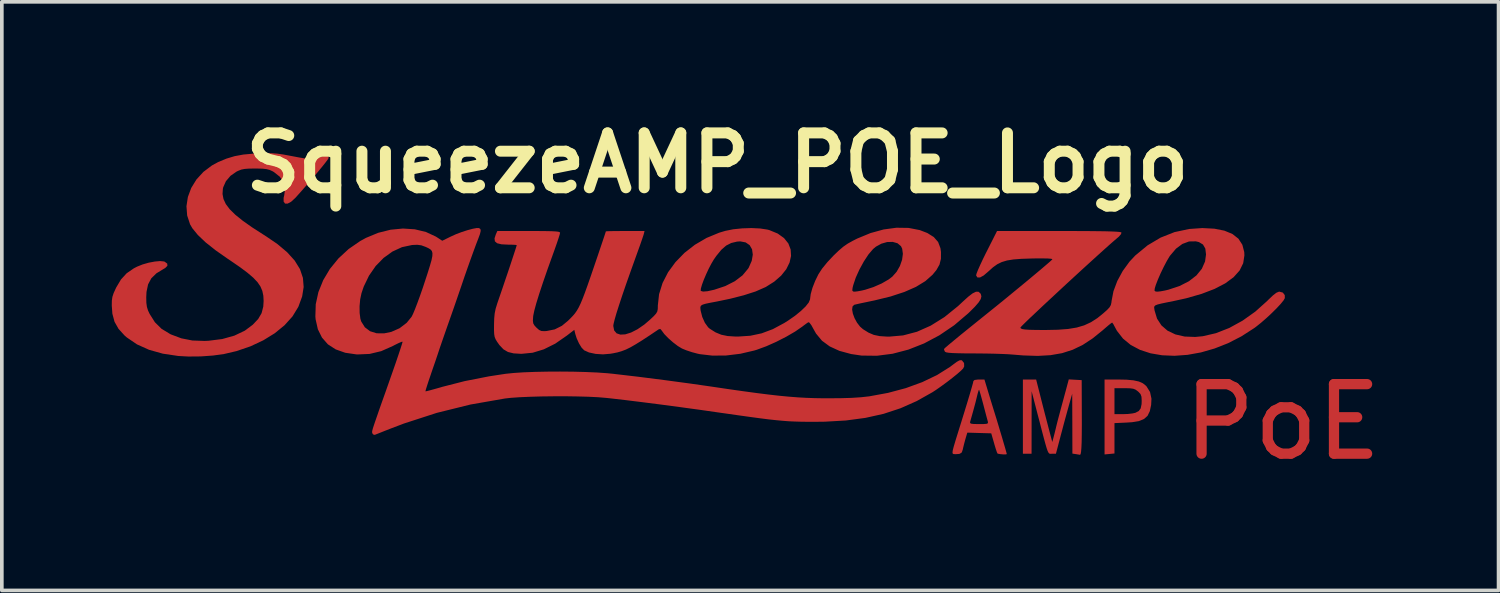
<source format=kicad_pcb>
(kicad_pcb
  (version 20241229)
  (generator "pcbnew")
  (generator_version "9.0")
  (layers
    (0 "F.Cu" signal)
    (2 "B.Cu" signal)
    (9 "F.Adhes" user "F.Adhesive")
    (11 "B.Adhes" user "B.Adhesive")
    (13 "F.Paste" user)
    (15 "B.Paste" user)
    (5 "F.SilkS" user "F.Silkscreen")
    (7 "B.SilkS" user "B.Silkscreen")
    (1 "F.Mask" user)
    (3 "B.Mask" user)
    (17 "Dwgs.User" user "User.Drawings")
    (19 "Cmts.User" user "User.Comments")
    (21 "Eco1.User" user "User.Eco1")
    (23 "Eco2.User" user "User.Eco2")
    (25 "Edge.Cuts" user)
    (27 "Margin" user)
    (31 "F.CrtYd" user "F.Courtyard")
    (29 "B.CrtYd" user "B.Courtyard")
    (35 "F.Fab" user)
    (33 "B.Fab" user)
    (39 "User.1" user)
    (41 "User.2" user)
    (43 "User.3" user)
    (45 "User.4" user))
  (footprint "SqueezeAMP_POE_Logo"
    (layer "F.Cu")
    (at 16.586 4.684)
    (property "Reference" "SqueezeAMP_POE_Logo" (at -0.03 -3.28 0) (layer "F.SilkS") (effects (font (size 1.5 1.5) (thickness 0.3))))
    (attr board_only exclude_from_pos_files exclude_from_bom)
    (fp_poly (pts (xy 11.154 2.643) (xy 11.345 2.661) (xy 11.49 2.693) (xy 11.6 2.742) (xy 11.685 2.81) (xy 11.699 2.826) (xy 11.795 2.98) (xy 11.834 3.162) (xy 11.825 3.335) (xy 11.789 3.503) (xy 11.728 3.629) (xy 11.632 3.716) (xy 11.494 3.773) (xy 11.304 3.805) (xy 11.153 3.815) (xy 10.823 3.83) (xy 10.823 4.245) (xy 10.823 4.66) (xy 10.688 4.673) (xy 10.552 4.686) (xy 10.552 3.662) (xy 10.552 3.23) (xy 10.823 3.23) (xy 10.823 3.585) (xy 11.055 3.585) (xy 11.191 3.58) (xy 11.317 3.565) (xy 11.394 3.548) (xy 11.486 3.5) (xy 11.54 3.426) (xy 11.564 3.31) (xy 11.567 3.218) (xy 11.561 3.109) (xy 11.535 3.037) (xy 11.478 2.975) (xy 11.463 2.962) (xy 11.402 2.917) (xy 11.339 2.891) (xy 11.253 2.879) (xy 11.124 2.875) (xy 11.091 2.875) (xy 10.823 2.875) (xy 10.823 3.23) (xy 10.552 3.23) (xy 10.552 2.638) (xy 10.906 2.638)) (stroke (width 0) (type solid)) (fill yes) (layer "F.Cu"))
    (fp_poly (pts (xy 9.751 2.645) (xy 9.927 2.655) (xy 9.93 3.534) (xy 9.931 3.867) (xy 9.929 4.137) (xy 9.926 4.349) (xy 9.919 4.506) (xy 9.91 4.613) (xy 9.898 4.675) (xy 9.883 4.696) (xy 9.881 4.696) (xy 9.834 4.688) (xy 9.766 4.677) (xy 9.673 4.663) (xy 9.671 3.845) (xy 9.668 3.027) (xy 9.586 3.315) (xy 9.548 3.452) (xy 9.498 3.634) (xy 9.441 3.842) (xy 9.385 4.054) (xy 9.363 4.135) (xy 9.223 4.667) (xy 9.117 4.667) (xy 9.085 4.669) (xy 9.06 4.668) (xy 9.038 4.659) (xy 9.018 4.635) (xy 8.995 4.588) (xy 8.969 4.513) (xy 8.937 4.403) (xy 8.895 4.25) (xy 8.842 4.049) (xy 8.776 3.792) (xy 8.739 3.653) (xy 8.559 2.959) (xy 8.558 3.813) (xy 8.557 4.667) (xy 8.438 4.667) (xy 8.32 4.667) (xy 8.32 3.653) (xy 8.32 2.638) (xy 8.501 2.638) (xy 8.682 2.638) (xy 8.809 3.137) (xy 8.863 3.35) (xy 8.921 3.576) (xy 8.977 3.79) (xy 9.023 3.968) (xy 9.029 3.991) (xy 9.123 4.346) (xy 9.16 4.211) (xy 9.193 4.082) (xy 9.225 3.95) (xy 9.227 3.94) (xy 9.248 3.854) (xy 9.282 3.721) (xy 9.325 3.56) (xy 9.368 3.399) (xy 9.416 3.223) (xy 9.462 3.051) (xy 9.502 2.905) (xy 9.526 2.814) (xy 9.574 2.635)) (stroke (width 0) (type solid)) (fill yes) (layer "F.Cu"))
    (fp_poly (pts (xy 7.374 2.985) (xy 7.428 3.164) (xy 7.486 3.353) (xy 7.538 3.521) (xy 7.558 3.585) (xy 7.598 3.714) (xy 7.645 3.87) (xy 7.696 4.041) (xy 7.748 4.213) (xy 7.795 4.375) (xy 7.836 4.514) (xy 7.865 4.617) (xy 7.879 4.672) (xy 7.88 4.677) (xy 7.852 4.685) (xy 7.784 4.685) (xy 7.705 4.678) (xy 7.642 4.667) (xy 7.625 4.66) (xy 7.608 4.621) (xy 7.579 4.535) (xy 7.543 4.416) (xy 7.532 4.376) (xy 7.455 4.109) (xy 7.128 4.1) (xy 6.801 4.09) (xy 6.75 4.263) (xy 6.716 4.387) (xy 6.687 4.505) (xy 6.678 4.548) (xy 6.65 4.631) (xy 6.597 4.667) (xy 6.567 4.673) (xy 6.477 4.679) (xy 6.422 4.675) (xy 6.402 4.663) (xy 6.396 4.631) (xy 6.404 4.57) (xy 6.43 4.47) (xy 6.474 4.321) (xy 6.511 4.201) (xy 6.626 3.832) (xy 6.628 3.826) (xy 6.877 3.826) (xy 6.901 3.844) (xy 6.965 3.853) (xy 7.08 3.856) (xy 7.121 3.856) (xy 7.252 3.855) (xy 7.328 3.849) (xy 7.361 3.835) (xy 7.366 3.808) (xy 7.36 3.78) (xy 7.343 3.717) (xy 7.313 3.606) (xy 7.275 3.462) (xy 7.237 3.317) (xy 7.196 3.165) (xy 7.161 3.039) (xy 7.135 2.952) (xy 7.123 2.917) (xy 7.109 2.94) (xy 7.087 3.012) (xy 7.069 3.084) (xy 7.025 3.265) (xy 6.96 3.505) (xy 6.878 3.796) (xy 6.877 3.826) (xy 6.628 3.826) (xy 6.726 3.509) (xy 6.81 3.234) (xy 6.877 3.01) (xy 6.926 2.841) (xy 6.957 2.73) (xy 6.967 2.68) (xy 6.967 2.68) (xy 6.999 2.651) (xy 7.091 2.639) (xy 7.118 2.638) (xy 7.269 2.638)) (stroke (width 0) (type solid)) (fill yes) (layer "F.Cu"))
    (fp_poly (pts (xy -12.209 -3.546) (xy -12.058 -3.535) (xy -11.897 -3.512) (xy -11.698 -3.475) (xy -11.676 -3.471) (xy -11.456 -3.429) (xy -11.289 -3.402) (xy -11.161 -3.389) (xy -11.062 -3.391) (xy -10.977 -3.407) (xy -10.894 -3.436) (xy -10.859 -3.451) (xy -10.744 -3.491) (xy -10.676 -3.484) (xy -10.655 -3.432) (xy -10.659 -3.406) (xy -10.684 -3.366) (xy -10.747 -3.283) (xy -10.84 -3.167) (xy -10.956 -3.026) (xy -11.088 -2.87) (xy -11.229 -2.705) (xy -11.371 -2.542) (xy -11.508 -2.388) (xy -11.563 -2.327) (xy -11.678 -2.221) (xy -11.775 -2.169) (xy -11.845 -2.17) (xy -11.884 -2.223) (xy -11.885 -2.325) (xy -11.867 -2.402) (xy -11.845 -2.583) (xy -11.887 -2.753) (xy -11.99 -2.905) (xy -12.15 -3.032) (xy -12.188 -3.054) (xy -12.267 -3.09) (xy -12.352 -3.112) (xy -12.462 -3.124) (xy -12.615 -3.128) (xy -12.666 -3.128) (xy -12.832 -3.126) (xy -12.95 -3.117) (xy -13.041 -3.099) (xy -13.125 -3.066) (xy -13.171 -3.044) (xy -13.335 -2.93) (xy -13.462 -2.781) (xy -13.536 -2.614) (xy -13.545 -2.573) (xy -13.554 -2.431) (xy -13.528 -2.294) (xy -13.464 -2.157) (xy -13.358 -2.016) (xy -13.206 -1.866) (xy -13.004 -1.703) (xy -12.748 -1.522) (xy -12.434 -1.32) (xy -12.403 -1.301) (xy -12.063 -1.071) (xy -11.79 -0.842) (xy -11.582 -0.612) (xy -11.438 -0.379) (xy -11.357 -0.139) (xy -11.337 0.109) (xy -11.378 0.368) (xy -11.478 0.641) (xy -11.487 0.66) (xy -11.643 0.915) (xy -11.859 1.155) (xy -12.127 1.374) (xy -12.44 1.567) (xy -12.792 1.732) (xy -13.174 1.862) (xy -13.512 1.941) (xy -13.813 1.983) (xy -14.149 2.007) (xy -14.488 2.01) (xy -14.763 1.995) (xy -15.186 1.932) (xy -15.563 1.826) (xy -15.892 1.678) (xy -16.17 1.489) (xy -16.233 1.434) (xy -16.397 1.253) (xy -16.506 1.06) (xy -16.565 0.84) (xy -16.581 0.618) (xy -16.579 0.484) (xy -16.564 0.378) (xy -16.529 0.273) (xy -16.468 0.14) (xy -16.459 0.121) (xy -16.329 -0.097) (xy -16.175 -0.265) (xy -15.979 -0.4) (xy -15.888 -0.447) (xy -15.738 -0.507) (xy -15.571 -0.555) (xy -15.406 -0.586) (xy -15.261 -0.599) (xy -15.154 -0.588) (xy -15.135 -0.581) (xy -15.065 -0.529) (xy -15.061 -0.469) (xy -15.122 -0.408) (xy -15.161 -0.386) (xy -15.361 -0.264) (xy -15.501 -0.127) (xy -15.589 0.039) (xy -15.632 0.244) (xy -15.639 0.389) (xy -15.636 0.541) (xy -15.621 0.653) (xy -15.59 0.753) (xy -15.546 0.846) (xy -15.402 1.074) (xy -15.22 1.253) (xy -14.988 1.394) (xy -14.965 1.406) (xy -14.679 1.513) (xy -14.378 1.572) (xy -14.044 1.584) (xy -13.936 1.579) (xy -13.562 1.532) (xy -13.23 1.439) (xy -12.945 1.303) (xy -12.728 1.141) (xy -12.579 0.983) (xy -12.487 0.825) (xy -12.441 0.648) (xy -12.431 0.49) (xy -12.439 0.347) (xy -12.466 0.219) (xy -12.517 0.098) (xy -12.597 -0.02) (xy -12.714 -0.144) (xy -12.871 -0.278) (xy -13.075 -0.431) (xy -13.331 -0.607) (xy -13.425 -0.67) (xy -13.75 -0.898) (xy -14.019 -1.112) (xy -14.229 -1.312) (xy -14.377 -1.493) (xy -14.441 -1.602) (xy -14.521 -1.845) (xy -14.54 -2.098) (xy -14.501 -2.352) (xy -14.409 -2.598) (xy -14.266 -2.83) (xy -14.076 -3.037) (xy -13.844 -3.212) (xy -13.673 -3.305) (xy -13.446 -3.399) (xy -13.224 -3.466) (xy -12.986 -3.51) (xy -12.712 -3.535) (xy -12.581 -3.542) (xy -12.374 -3.548)) (stroke (width 0) (type solid)) (fill yes) (layer "F.Cu"))
    (fp_poly (pts (xy 13.553 -1.484) (xy 13.827 -1.43) (xy 14.047 -1.339) (xy 14.211 -1.21) (xy 14.318 -1.045) (xy 14.37 -0.844) (xy 14.374 -0.754) (xy 14.341 -0.54) (xy 14.243 -0.341) (xy 14.079 -0.158) (xy 13.851 0.01) (xy 13.559 0.162) (xy 13.203 0.298) (xy 12.784 0.418) (xy 12.457 0.49) (xy 12.252 0.531) (xy 12.104 0.562) (xy 12.004 0.587) (xy 11.944 0.61) (xy 11.915 0.636) (xy 11.907 0.669) (xy 11.913 0.713) (xy 11.919 0.751) (xy 11.986 0.974) (xy 12.106 1.159) (xy 12.274 1.304) (xy 12.488 1.406) (xy 12.741 1.464) (xy 13.029 1.475) (xy 13.237 1.455) (xy 13.596 1.372) (xy 13.961 1.229) (xy 14.323 1.03) (xy 14.671 0.783) (xy 14.997 0.491) (xy 15.021 0.466) (xy 15.151 0.342) (xy 15.247 0.267) (xy 15.318 0.238) (xy 15.33 0.237) (xy 15.425 0.263) (xy 15.477 0.332) (xy 15.479 0.414) (xy 15.443 0.477) (xy 15.365 0.573) (xy 15.255 0.691) (xy 15.122 0.823) (xy 14.977 0.958) (xy 14.83 1.086) (xy 14.69 1.198) (xy 14.645 1.231) (xy 14.293 1.458) (xy 13.929 1.645) (xy 13.558 1.791) (xy 13.186 1.898) (xy 12.82 1.964) (xy 12.464 1.99) (xy 12.125 1.976) (xy 11.809 1.922) (xy 11.521 1.828) (xy 11.268 1.694) (xy 11.056 1.52) (xy 10.89 1.307) (xy 10.836 1.208) (xy 10.795 1.13) (xy 10.764 1.086) (xy 10.757 1.083) (xy 10.725 1.104) (xy 10.655 1.16) (xy 10.559 1.242) (xy 10.502 1.292) (xy 10.226 1.515) (xy 9.956 1.692) (xy 9.681 1.825) (xy 9.391 1.918) (xy 9.076 1.973) (xy 8.726 1.993) (xy 8.33 1.98) (xy 8.05 1.957) (xy 7.929 1.948) (xy 7.755 1.94) (xy 7.544 1.933) (xy 7.309 1.928) (xy 7.067 1.926) (xy 6.995 1.925) (xy 6.736 1.924) (xy 6.538 1.92) (xy 6.392 1.915) (xy 6.291 1.907) (xy 6.227 1.896) (xy 6.194 1.881) (xy 6.189 1.876) (xy 6.164 1.822) (xy 6.169 1.799) (xy 6.203 1.765) (xy 6.291 1.69) (xy 6.432 1.573) (xy 6.625 1.414) (xy 6.871 1.215) (xy 7.17 0.974) (xy 7.39 0.797) (xy 7.599 0.629) (xy 7.817 0.452) (xy 8.037 0.271) (xy 8.254 0.093) (xy 8.46 -0.077) (xy 8.649 -0.235) (xy 8.816 -0.375) (xy 8.953 -0.492) (xy 9.055 -0.58) (xy 9.114 -0.634) (xy 9.127 -0.649) (xy 9.099 -0.661) (xy 9.008 -0.669) (xy 8.857 -0.672) (xy 8.65 -0.671) (xy 8.552 -0.669) (xy 8.279 -0.66) (xy 8.061 -0.643) (xy 7.886 -0.615) (xy 7.743 -0.572) (xy 7.618 -0.511) (xy 7.501 -0.427) (xy 7.38 -0.318) (xy 7.377 -0.316) (xy 7.248 -0.205) (xy 7.147 -0.15) (xy 7.078 -0.15) (xy 7.042 -0.206) (xy 7.042 -0.209) (xy 7.053 -0.256) (xy 7.091 -0.353) (xy 7.151 -0.488) (xy 7.228 -0.653) (xy 7.318 -0.836) (xy 7.322 -0.843) (xy 7.614 -1.421) (xy 9.301 -1.421) (xy 9.709 -1.42) (xy 10.053 -1.419) (xy 10.337 -1.416) (xy 10.566 -1.413) (xy 10.743 -1.408) (xy 10.872 -1.402) (xy 10.957 -1.395) (xy 11.003 -1.386) (xy 11.013 -1.38) (xy 11.003 -1.336) (xy 10.942 -1.265) (xy 10.889 -1.22) (xy 10.806 -1.149) (xy 10.686 -1.044) (xy 10.535 -0.909) (xy 10.358 -0.749) (xy 10.161 -0.57) (xy 9.949 -0.377) (xy 9.728 -0.174) (xy 9.504 0.032) (xy 9.282 0.238) (xy 9.068 0.437) (xy 8.867 0.624) (xy 8.686 0.795) (xy 8.528 0.943) (xy 8.401 1.065) (xy 8.31 1.155) (xy 8.26 1.207) (xy 8.252 1.218) (xy 8.263 1.241) (xy 8.301 1.259) (xy 8.374 1.271) (xy 8.489 1.279) (xy 8.655 1.283) (xy 8.879 1.285) (xy 8.94 1.285) (xy 9.275 1.278) (xy 9.555 1.257) (xy 9.791 1.218) (xy 9.995 1.158) (xy 10.179 1.073) (xy 10.354 0.961) (xy 10.516 0.83) (xy 10.623 0.735) (xy 10.689 0.664) (xy 10.724 0.602) (xy 10.74 0.532) (xy 10.744 0.492) (xy 10.795 0.225) (xy 10.801 0.21) (xy 11.917 0.21) (xy 11.948 0.234) (xy 11.999 0.237) (xy 12.084 0.228) (xy 12.203 0.206) (xy 12.295 0.184) (xy 12.601 0.083) (xy 12.858 -0.048) (xy 13.062 -0.206) (xy 13.21 -0.387) (xy 13.299 -0.588) (xy 13.325 -0.78) (xy 13.306 -0.94) (xy 13.242 -1.051) (xy 13.131 -1.118) (xy 13.047 -1.138) (xy 12.861 -1.135) (xy 12.679 -1.067) (xy 12.505 -0.938) (xy 12.346 -0.751) (xy 12.326 -0.723) (xy 12.252 -0.598) (xy 12.168 -0.438) (xy 12.084 -0.264) (xy 12.01 -0.094) (xy 11.953 0.053) (xy 11.925 0.144) (xy 11.917 0.21) (xy 10.801 0.21) (xy 10.9 -0.054) (xy 11.049 -0.329) (xy 11.235 -0.584) (xy 11.391 -0.751) (xy 11.727 -1.028) (xy 12.084 -1.24) (xy 12.463 -1.39) (xy 12.866 -1.476) (xy 13.224 -1.501)) (stroke (width 0) (type solid)) (fill yes) (layer "F.Cu"))
    (fp_poly (pts (xy -6.543 -1.5) (xy -6.506 -1.473) (xy -6.498 -1.424) (xy -6.518 -1.338) (xy -6.565 -1.21) (xy -6.621 -1.066) (xy -6.692 -0.873) (xy -6.774 -0.647) (xy -6.861 -0.402) (xy -6.947 -0.156) (xy -7.017 0.051) (xy -7.066 0.194) (xy -7.131 0.383) (xy -7.206 0.601) (xy -7.286 0.83) (xy -7.357 1.032) (xy -7.431 1.242) (xy -7.501 1.443) (xy -7.563 1.622) (xy -7.612 1.764) (xy -7.643 1.857) (xy -7.644 1.86) (xy -7.678 1.963) (xy -7.728 2.111) (xy -7.788 2.285) (xy -7.851 2.468) (xy -7.861 2.499) (xy -7.917 2.662) (xy -7.962 2.8) (xy -7.994 2.902) (xy -8.008 2.956) (xy -8.008 2.961) (xy -7.974 2.956) (xy -7.887 2.934) (xy -7.759 2.899) (xy -7.602 2.855) (xy -7.542 2.837) (xy -6.936 2.682) (xy -6.268 2.551) (xy -5.817 2.482) (xy -5.601 2.46) (xy -5.331 2.442) (xy -5.02 2.43) (xy -4.681 2.423) (xy -4.328 2.421) (xy -3.973 2.424) (xy -3.63 2.433) (xy -3.312 2.447) (xy -3.033 2.467) (xy -2.892 2.481) (xy -2.189 2.563) (xy -1.475 2.654) (xy -0.777 2.748) (xy -0.225 2.827) (xy 0.254 2.898) (xy 0.675 2.958) (xy 1.045 3.008) (xy 1.371 3.049) (xy 1.662 3.082) (xy 1.925 3.107) (xy 2.168 3.126) (xy 2.399 3.139) (xy 2.626 3.147) (xy 2.856 3.151) (xy 2.959 3.151) (xy 3.328 3.149) (xy 3.638 3.14) (xy 3.896 3.123) (xy 4.111 3.099) (xy 4.116 3.099) (xy 4.632 3.004) (xy 5.119 2.874) (xy 5.569 2.71) (xy 5.974 2.516) (xy 6.326 2.295) (xy 6.403 2.237) (xy 6.512 2.156) (xy 6.584 2.116) (xy 6.633 2.109) (xy 6.657 2.119) (xy 6.712 2.188) (xy 6.716 2.278) (xy 6.688 2.336) (xy 6.628 2.397) (xy 6.525 2.487) (xy 6.392 2.594) (xy 6.243 2.709) (xy 6.09 2.821) (xy 5.946 2.922) (xy 5.851 2.984) (xy 5.419 3.227) (xy 4.975 3.424) (xy 4.51 3.577) (xy 4.015 3.687) (xy 3.484 3.758) (xy 2.906 3.791) (xy 2.655 3.794) (xy 2.451 3.794) (xy 2.268 3.792) (xy 2.098 3.787) (xy 1.932 3.78) (xy 1.761 3.767) (xy 1.578 3.75) (xy 1.373 3.728) (xy 1.137 3.698) (xy 0.863 3.661) (xy 0.54 3.616) (xy 0.162 3.562) (xy 0.068 3.549) (xy -0.496 3.468) (xy -1.05 3.392) (xy -1.584 3.321) (xy -2.086 3.257) (xy -2.547 3.2) (xy -2.955 3.153) (xy -3.078 3.14) (xy -3.293 3.122) (xy -3.558 3.109) (xy -3.858 3.101) (xy -4.181 3.096) (xy -4.513 3.097) (xy -4.841 3.101) (xy -5.153 3.11) (xy -5.434 3.122) (xy -5.673 3.139) (xy -5.834 3.157) (xy -6.778 3.322) (xy -7.699 3.55) (xy -8.599 3.842) (xy -8.946 3.974) (xy -9.102 4.035) (xy -9.237 4.089) (xy -9.338 4.129) (xy -9.391 4.15) (xy -9.394 4.151) (xy -9.439 4.139) (xy -9.457 4.112) (xy -9.462 4.098) (xy -9.466 4.083) (xy -9.466 4.062) (xy -9.46 4.029) (xy -9.446 3.977) (xy -9.422 3.902) (xy -9.387 3.797) (xy -9.338 3.656) (xy -9.275 3.473) (xy -9.194 3.243) (xy -9.093 2.96) (xy -9 2.695) (xy -8.91 2.439) (xy -8.828 2.204) (xy -8.758 1.998) (xy -8.701 1.827) (xy -8.66 1.7) (xy -8.637 1.623) (xy -8.634 1.603) (xy -8.668 1.611) (xy -8.747 1.645) (xy -8.856 1.699) (xy -8.899 1.722) (xy -9.217 1.863) (xy -9.535 1.939) (xy -9.862 1.953) (xy -9.893 1.952) (xy -10.201 1.907) (xy -10.461 1.815) (xy -10.674 1.677) (xy -10.836 1.493) (xy -10.949 1.265) (xy -11.01 0.994) (xy -11.017 0.916) (xy -11.008 0.636) (xy -9.809 0.636) (xy -9.807 0.819) (xy -9.787 0.976) (xy -9.764 1.052) (xy -9.664 1.211) (xy -9.521 1.319) (xy -9.342 1.375) (xy -9.132 1.376) (xy -8.941 1.336) (xy -8.716 1.237) (xy -8.521 1.088) (xy -8.388 0.925) (xy -8.349 0.848) (xy -8.295 0.719) (xy -8.229 0.547) (xy -8.155 0.345) (xy -8.078 0.124) (xy -8.035 -0.007) (xy -7.95 -0.266) (xy -7.887 -0.468) (xy -7.843 -0.621) (xy -7.82 -0.735) (xy -7.817 -0.817) (xy -7.834 -0.875) (xy -7.871 -0.917) (xy -7.927 -0.951) (xy -8.002 -0.986) (xy -8.008 -0.988) (xy -8.12 -1.029) (xy -8.23 -1.044) (xy -8.372 -1.038) (xy -8.378 -1.037) (xy -8.65 -0.979) (xy -8.91 -0.859) (xy -9.152 -0.685) (xy -9.368 -0.464) (xy -9.551 -0.2) (xy -9.695 0.098) (xy -9.756 0.278) (xy -9.792 0.447) (xy -9.809 0.636) (xy -11.008 0.636) (xy -11.007 0.582) (xy -10.934 0.249) (xy -10.803 -0.076) (xy -10.619 -0.385) (xy -10.386 -0.671) (xy -10.108 -0.928) (xy -9.792 -1.146) (xy -9.633 -1.233) (xy -9.3 -1.371) (xy -8.96 -1.456) (xy -8.623 -1.488) (xy -8.298 -1.467) (xy -7.995 -1.394) (xy -7.722 -1.267) (xy -7.677 -1.238) (xy -7.549 -1.154) (xy -7.317 -1.268) (xy -7.174 -1.333) (xy -7.015 -1.393) (xy -6.857 -1.444) (xy -6.714 -1.482) (xy -6.604 -1.502)) (stroke (width 0) (type solid)) (fill yes) (layer "F.Cu"))
    (fp_poly (pts (xy 5.195 -1.505) (xy 5.5 -1.446) (xy 5.708 -1.366) (xy 5.885 -1.255) (xy 6.003 -1.12) (xy 6.067 -0.951) (xy 6.081 -0.846) (xy 6.08 -0.66) (xy 6.041 -0.503) (xy 5.956 -0.353) (xy 5.849 -0.223) (xy 5.653 -0.05) (xy 5.398 0.106) (xy 5.082 0.245) (xy 4.704 0.369) (xy 4.262 0.477) (xy 4.194 0.491) (xy 4.028 0.526) (xy 3.883 0.556) (xy 3.774 0.581) (xy 3.714 0.595) (xy 3.712 0.595) (xy 3.665 0.64) (xy 3.653 0.725) (xy 3.673 0.837) (xy 3.719 0.961) (xy 3.786 1.084) (xy 3.87 1.193) (xy 3.95 1.263) (xy 4.103 1.358) (xy 4.247 1.419) (xy 4.406 1.452) (xy 4.602 1.465) (xy 4.667 1.466) (xy 5.046 1.433) (xy 5.425 1.333) (xy 5.801 1.166) (xy 6.176 0.932) (xy 6.547 0.632) (xy 6.666 0.521) (xy 6.824 0.377) (xy 6.945 0.284) (xy 7.038 0.239) (xy 7.106 0.239) (xy 7.157 0.283) (xy 7.17 0.304) (xy 7.186 0.366) (xy 7.168 0.439) (xy 7.11 0.531) (xy 7.009 0.648) (xy 6.86 0.797) (xy 6.824 0.831) (xy 6.443 1.155) (xy 6.039 1.429) (xy 5.62 1.652) (xy 5.191 1.821) (xy 4.759 1.934) (xy 4.33 1.989) (xy 3.911 1.984) (xy 3.626 1.942) (xy 3.305 1.855) (xy 3.041 1.734) (xy 2.829 1.578) (xy 2.667 1.383) (xy 2.602 1.268) (xy 2.538 1.153) (xy 2.487 1.085) (xy 2.456 1.072) (xy 2.408 1.105) (xy 2.33 1.162) (xy 2.297 1.188) (xy 2.096 1.327) (xy 1.85 1.47) (xy 1.58 1.608) (xy 1.306 1.73) (xy 1.05 1.824) (xy 0.982 1.845) (xy 0.596 1.935) (xy 0.207 1.982) (xy -0.167 1.985) (xy -0.511 1.945) (xy -0.575 1.931) (xy -0.728 1.89) (xy -0.881 1.839) (xy -0.998 1.791) (xy -1.112 1.722) (xy -1.243 1.622) (xy -1.372 1.508) (xy -1.48 1.397) (xy -1.549 1.303) (xy -1.549 1.302) (xy -1.59 1.256) (xy -1.636 1.268) (xy -1.889 1.438) (xy -2.097 1.574) (xy -2.267 1.679) (xy -2.408 1.76) (xy -2.531 1.82) (xy -2.644 1.863) (xy -2.756 1.896) (xy -2.877 1.921) (xy -2.954 1.934) (xy -3.156 1.951) (xy -3.358 1.938) (xy -3.539 1.899) (xy -3.67 1.84) (xy -3.74 1.768) (xy -3.812 1.651) (xy -3.876 1.51) (xy -3.913 1.393) (xy -3.94 1.281) (xy -4.142 1.437) (xy -4.461 1.658) (xy -4.772 1.813) (xy -5.077 1.906) (xy -5.381 1.936) (xy -5.395 1.936) (xy -5.598 1.924) (xy -5.753 1.886) (xy -5.877 1.813) (xy -5.987 1.696) (xy -6.05 1.607) (xy -6.091 1.539) (xy -6.117 1.474) (xy -6.13 1.395) (xy -6.135 1.284) (xy -6.134 1.133) (xy -6.129 0.967) (xy -6.116 0.832) (xy -6.09 0.704) (xy -6.045 0.557) (xy -6.005 0.44) (xy -5.954 0.292) (xy -5.894 0.117) (xy -5.829 -0.076) (xy -5.761 -0.276) (xy -5.695 -0.473) (xy -5.635 -0.655) (xy -5.583 -0.813) (xy -5.543 -0.936) (xy -5.519 -1.013) (xy -5.513 -1.034) (xy -5.544 -1.041) (xy -5.625 -1.046) (xy -5.741 -1.048) (xy -5.752 -1.048) (xy -5.931 -1.057) (xy -6.049 -1.086) (xy -6.111 -1.139) (xy -6.12 -1.22) (xy -6.083 -1.333) (xy -6.082 -1.334) (xy -6.043 -1.421) (xy -5.186 -1.421) (xy -4.919 -1.42) (xy -4.713 -1.418) (xy -4.56 -1.415) (xy -4.452 -1.409) (xy -4.383 -1.402) (xy -4.345 -1.391) (xy -4.33 -1.376) (xy -4.329 -1.371) (xy -4.34 -1.323) (xy -4.371 -1.224) (xy -4.417 -1.086) (xy -4.475 -0.921) (xy -4.511 -0.821) (xy -4.665 -0.393) (xy -4.794 -0.021) (xy -4.899 0.296) (xy -4.979 0.555) (xy -5.033 0.754) (xy -5.062 0.893) (xy -5.065 0.92) (xy -5.072 1.033) (xy -5.062 1.105) (xy -5.028 1.163) (xy -4.975 1.22) (xy -4.904 1.283) (xy -4.841 1.312) (xy -4.756 1.317) (xy -4.691 1.312) (xy -4.474 1.268) (xy -4.279 1.17) (xy -4.115 1.035) (xy -4.042 0.963) (xy -3.978 0.896) (xy -3.922 0.83) (xy -3.871 0.757) (xy -3.821 0.671) (xy -3.77 0.565) (xy -3.714 0.432) (xy -3.651 0.267) (xy -3.577 0.062) (xy -3.49 -0.188) (xy -3.386 -0.492) (xy -3.295 -0.759) (xy -3.229 -0.955) (xy -3.171 -1.127) (xy -3.124 -1.267) (xy -3.092 -1.364) (xy -3.078 -1.409) (xy -3.078 -1.41) (xy -3.046 -1.414) (xy -2.958 -1.417) (xy -2.825 -1.419) (xy -2.659 -1.42) (xy -2.55 -1.421) (xy -2.021 -1.421) (xy -2.039 -1.344) (xy -2.056 -1.289) (xy -2.092 -1.182) (xy -2.143 -1.035) (xy -2.206 -0.86) (xy -2.266 -0.693) (xy -2.401 -0.317) (xy -2.523 0.028) (xy -2.629 0.337) (xy -2.718 0.607) (xy -2.789 0.83) (xy -2.839 1.004) (xy -2.868 1.123) (xy -2.875 1.173) (xy -2.851 1.297) (xy -2.784 1.376) (xy -2.68 1.411) (xy -2.546 1.404) (xy -2.388 1.354) (xy -2.212 1.264) (xy -2.025 1.135) (xy -1.87 1.002) (xy -1.767 0.905) (xy -1.705 0.836) (xy -1.672 0.778) (xy -1.659 0.712) (xy -1.657 0.621) (xy -1.657 0.613) (xy -1.623 0.304) (xy -1.593 0.209) (xy -0.486 0.209) (xy -0.482 0.217) (xy -0.42 0.235) (xy -0.299 0.225) (xy -0.118 0.185) (xy -0.117 0.185) (xy 0.187 0.084) (xy 0.448 -0.049) (xy 0.658 -0.209) (xy 0.81 -0.392) (xy 0.827 -0.419) (xy 0.909 -0.605) (xy 0.938 -0.774) (xy 0.918 -0.92) (xy 0.852 -1.034) (xy 0.743 -1.109) (xy 0.595 -1.137) (xy 0.508 -1.131) (xy 0.349 -1.093) (xy 0.21 -1.022) (xy 0.079 -0.908) (xy -0.056 -0.743) (xy -0.126 -0.643) (xy -0.195 -0.527) (xy -0.268 -0.387) (xy -0.338 -0.236) (xy -0.401 -0.088) (xy -0.45 0.045) (xy -0.48 0.148) (xy -0.486 0.209) (xy -1.593 0.209) (xy -1.528 -0.000186) (xy -1.377 -0.294) (xy -1.175 -0.57) (xy -0.929 -0.823) (xy -0.644 -1.045) (xy -0.326 -1.231) (xy 0.019 -1.374) (xy 0.186 -1.424) (xy 0.405 -1.468) (xy 0.651 -1.493) (xy 0.901 -1.501) (xy 1.136 -1.49) (xy 1.334 -1.46) (xy 1.389 -1.446) (xy 1.619 -1.351) (xy 1.792 -1.227) (xy 1.91 -1.08) (xy 1.973 -0.915) (xy 1.984 -0.739) (xy 1.943 -0.558) (xy 1.853 -0.376) (xy 1.713 -0.201) (xy 1.525 -0.037) (xy 1.292 0.11) (xy 1.015 0.232) (xy 0.691 0.336) (xy 0.319 0.431) (xy -0.036 0.505) (xy -0.222 0.54) (xy -0.351 0.567) (xy -0.433 0.592) (xy -0.478 0.62) (xy -0.495 0.657) (xy -0.493 0.708) (xy -0.487 0.756) (xy -0.443 0.929) (xy -0.371 1.089) (xy -0.281 1.213) (xy -0.235 1.252) (xy -0.079 1.35) (xy 0.076 1.414) (xy 0.25 1.45) (xy 0.463 1.464) (xy 0.541 1.464) (xy 0.872 1.442) (xy 1.181 1.376) (xy 1.485 1.262) (xy 1.798 1.094) (xy 1.9 1.03) (xy 2.09 0.898) (xy 2.252 0.766) (xy 2.381 0.642) (xy 2.467 0.534) (xy 2.502 0.45) (xy 2.503 0.441) (xy 2.521 0.304) (xy 2.548 0.206) (xy 3.657 0.206) (xy 3.681 0.233) (xy 3.726 0.237) (xy 3.803 0.228) (xy 3.916 0.207) (xy 4.009 0.185) (xy 4.238 0.111) (xy 4.459 0.014) (xy 4.65 -0.096) (xy 4.75 -0.172) (xy 4.868 -0.305) (xy 4.959 -0.464) (xy 5.018 -0.633) (xy 5.04 -0.796) (xy 5.021 -0.937) (xy 4.988 -1.006) (xy 4.893 -1.086) (xy 4.762 -1.123) (xy 4.61 -1.119) (xy 4.452 -1.074) (xy 4.302 -0.992) (xy 4.225 -0.927) (xy 4.1 -0.781) (xy 3.973 -0.588) (xy 3.854 -0.371) (xy 3.753 -0.148) (xy 3.683 0.06) (xy 3.665 0.134) (xy 3.657 0.206) (xy 2.548 0.206) (xy 2.569 0.132) (xy 2.643 -0.057) (xy 2.731 -0.237) (xy 2.832 -0.392) (xy 2.977 -0.57) (xy 3.146 -0.75) (xy 3.29 -0.888) (xy 3.412 -0.992) (xy 3.533 -1.076) (xy 3.675 -1.155) (xy 3.792 -1.214) (xy 4.155 -1.364) (xy 4.515 -1.463) (xy 4.864 -1.51)) (stroke (width 0) (type solid)) (fill yes) (layer "F.Cu"))
    (fp_poly (pts (xy 11.148 2.648) (xy 11.34 2.665) (xy 11.485 2.697) (xy 11.595 2.746) (xy 11.68 2.814) (xy 11.694 2.83) (xy 11.79 2.984) (xy 11.829 3.167) (xy 11.82 3.339) (xy 11.784 3.508) (xy 11.723 3.633) (xy 11.627 3.721) (xy 11.489 3.777) (xy 11.299 3.809) (xy 11.148 3.82) (xy 10.818 3.834) (xy 10.818 4.249) (xy 10.818 4.665) (xy 10.683 4.677) (xy 10.547 4.69) (xy 10.547 3.666) (xy 10.547 3.234) (xy 10.818 3.234) (xy 10.818 3.589) (xy 11.05 3.589) (xy 11.186 3.584) (xy 11.311 3.569) (xy 11.389 3.552) (xy 11.481 3.504) (xy 11.535 3.43) (xy 11.559 3.314) (xy 11.562 3.223) (xy 11.556 3.113) (xy 11.53 3.042) (xy 11.472 2.979) (xy 11.458 2.967) (xy 11.397 2.922) (xy 11.334 2.895) (xy 11.248 2.883) (xy 11.119 2.879) (xy 11.086 2.879) (xy 10.818 2.879) (xy 10.818 3.234) (xy 10.547 3.234) (xy 10.547 2.642) (xy 10.901 2.642)) (stroke (width 0) (type solid)) (fill yes) (layer "F.Mask"))
    (fp_poly (pts (xy 9.745 2.649) (xy 9.922 2.659) (xy 9.925 3.539) (xy 9.926 3.872) (xy 9.924 4.142) (xy 9.921 4.353) (xy 9.914 4.51) (xy 9.905 4.617) (xy 9.893 4.679) (xy 9.878 4.701) (xy 9.875 4.7) (xy 9.829 4.692) (xy 9.761 4.681) (xy 9.668 4.667) (xy 9.666 3.849) (xy 9.663 3.031) (xy 9.581 3.319) (xy 9.543 3.456) (xy 9.493 3.638) (xy 9.436 3.846) (xy 9.38 4.058) (xy 9.358 4.139) (xy 9.218 4.672) (xy 9.112 4.672) (xy 9.08 4.673) (xy 9.055 4.672) (xy 9.033 4.663) (xy 9.013 4.639) (xy 8.99 4.592) (xy 8.964 4.517) (xy 8.932 4.407) (xy 8.89 4.254) (xy 8.837 4.053) (xy 8.771 3.796) (xy 8.734 3.657) (xy 8.554 2.964) (xy 8.553 3.818) (xy 8.552 4.672) (xy 8.433 4.672) (xy 8.315 4.672) (xy 8.315 3.657) (xy 8.315 2.642) (xy 8.496 2.642) (xy 8.677 2.642) (xy 8.804 3.141) (xy 8.858 3.354) (xy 8.916 3.58) (xy 8.972 3.795) (xy 9.018 3.972) (xy 9.024 3.995) (xy 9.118 4.35) (xy 9.155 4.215) (xy 9.188 4.086) (xy 9.22 3.954) (xy 9.222 3.945) (xy 9.243 3.858) (xy 9.277 3.726) (xy 9.32 3.565) (xy 9.363 3.403) (xy 9.411 3.227) (xy 9.457 3.055) (xy 9.497 2.909) (xy 9.521 2.818) (xy 9.569 2.639)) (stroke (width 0) (type solid)) (fill yes) (layer "F.Mask"))
    (fp_poly (pts (xy 7.369 2.989) (xy 7.423 3.168) (xy 7.481 3.357) (xy 7.533 3.525) (xy 7.553 3.589) (xy 7.593 3.718) (xy 7.64 3.874) (xy 7.691 4.045) (xy 7.743 4.217) (xy 7.79 4.379) (xy 7.831 4.518) (xy 7.86 4.621) (xy 7.874 4.676) (xy 7.875 4.681) (xy 7.847 4.689) (xy 7.779 4.689) (xy 7.7 4.682) (xy 7.637 4.672) (xy 7.62 4.664) (xy 7.603 4.626) (xy 7.574 4.539) (xy 7.538 4.42) (xy 7.527 4.38) (xy 7.45 4.114) (xy 7.123 4.104) (xy 6.796 4.094) (xy 6.745 4.267) (xy 6.711 4.392) (xy 6.682 4.509) (xy 6.673 4.553) (xy 6.645 4.635) (xy 6.592 4.672) (xy 6.562 4.678) (xy 6.472 4.683) (xy 6.417 4.679) (xy 6.397 4.667) (xy 6.391 4.636) (xy 6.399 4.575) (xy 6.425 4.474) (xy 6.469 4.326) (xy 6.506 4.205) (xy 6.621 3.836) (xy 6.623 3.831) (xy 6.872 3.831) (xy 6.896 3.849) (xy 6.96 3.857) (xy 7.075 3.86) (xy 7.116 3.86) (xy 7.247 3.859) (xy 7.322 3.853) (xy 7.356 3.839) (xy 7.361 3.812) (xy 7.355 3.784) (xy 7.338 3.722) (xy 7.308 3.61) (xy 7.27 3.466) (xy 7.232 3.321) (xy 7.191 3.169) (xy 7.156 3.043) (xy 7.13 2.956) (xy 7.118 2.922) (xy 7.104 2.944) (xy 7.082 3.016) (xy 7.064 3.089) (xy 7.02 3.27) (xy 6.955 3.509) (xy 6.873 3.801) (xy 6.872 3.831) (xy 6.623 3.831) (xy 6.721 3.513) (xy 6.805 3.238) (xy 6.872 3.014) (xy 6.921 2.845) (xy 6.952 2.734) (xy 6.962 2.684) (xy 6.962 2.684) (xy 6.994 2.655) (xy 7.086 2.643) (xy 7.113 2.642) (xy 7.264 2.642)) (stroke (width 0) (type solid)) (fill yes) (layer "F.Mask"))
    (fp_poly (pts (xy -12.214 -3.542) (xy -12.063 -3.531) (xy -11.902 -3.508) (xy -11.703 -3.471) (xy -11.681 -3.466) (xy -11.461 -3.424) (xy -11.294 -3.397) (xy -11.166 -3.385) (xy -11.067 -3.387) (xy -10.982 -3.402) (xy -10.899 -3.432) (xy -10.864 -3.447) (xy -10.749 -3.487) (xy -10.681 -3.48) (xy -10.66 -3.428) (xy -10.664 -3.402) (xy -10.689 -3.361) (xy -10.752 -3.279) (xy -10.845 -3.163) (xy -10.961 -3.022) (xy -11.093 -2.865) (xy -11.234 -2.701) (xy -11.376 -2.538) (xy -11.513 -2.384) (xy -11.568 -2.323) (xy -11.683 -2.217) (xy -11.78 -2.165) (xy -11.85 -2.166) (xy -11.89 -2.218) (xy -11.89 -2.321) (xy -11.872 -2.397) (xy -11.85 -2.579) (xy -11.892 -2.749) (xy -11.995 -2.901) (xy -12.155 -3.028) (xy -12.194 -3.049) (xy -12.272 -3.085) (xy -12.357 -3.108) (xy -12.467 -3.12) (xy -12.62 -3.124) (xy -12.671 -3.124) (xy -12.837 -3.122) (xy -12.955 -3.113) (xy -13.046 -3.094) (xy -13.13 -3.062) (xy -13.176 -3.04) (xy -13.34 -2.926) (xy -13.467 -2.777) (xy -13.541 -2.609) (xy -13.55 -2.569) (xy -13.559 -2.427) (xy -13.533 -2.29) (xy -13.469 -2.153) (xy -13.364 -2.011) (xy -13.211 -1.861) (xy -13.009 -1.698) (xy -12.753 -1.518) (xy -12.439 -1.315) (xy -12.408 -1.296) (xy -12.068 -1.066) (xy -11.795 -0.838) (xy -11.587 -0.608) (xy -11.443 -0.375) (xy -11.362 -0.135) (xy -11.342 0.113) (xy -11.383 0.372) (xy -11.483 0.645) (xy -11.492 0.664) (xy -11.648 0.92) (xy -11.864 1.159) (xy -12.132 1.378) (xy -12.445 1.572) (xy -12.797 1.736) (xy -13.179 1.866) (xy -13.517 1.945) (xy -13.818 1.988) (xy -14.154 2.011) (xy -14.493 2.014) (xy -14.768 1.999) (xy -15.191 1.936) (xy -15.568 1.83) (xy -15.897 1.682) (xy -16.175 1.493) (xy -16.238 1.438) (xy -16.402 1.257) (xy -16.511 1.064) (xy -16.57 0.845) (xy -16.586 0.622) (xy -16.584 0.488) (xy -16.569 0.382) (xy -16.534 0.277) (xy -16.473 0.144) (xy -16.464 0.125) (xy -16.334 -0.093) (xy -16.18 -0.26) (xy -15.984 -0.396) (xy -15.893 -0.443) (xy -15.743 -0.503) (xy -15.576 -0.551) (xy -15.411 -0.582) (xy -15.266 -0.594) (xy -15.159 -0.584) (xy -15.14 -0.577) (xy -15.07 -0.524) (xy -15.066 -0.465) (xy -15.127 -0.404) (xy -15.166 -0.382) (xy -15.366 -0.26) (xy -15.506 -0.122) (xy -15.594 0.043) (xy -15.637 0.248) (xy -15.644 0.393) (xy -15.641 0.545) (xy -15.626 0.658) (xy -15.595 0.757) (xy -15.551 0.85) (xy -15.407 1.078) (xy -15.225 1.257) (xy -14.993 1.399) (xy -14.97 1.41) (xy -14.684 1.517) (xy -14.383 1.576) (xy -14.049 1.588) (xy -13.941 1.583) (xy -13.567 1.536) (xy -13.235 1.444) (xy -12.95 1.307) (xy -12.733 1.145) (xy -12.585 0.987) (xy -12.492 0.829) (xy -12.446 0.653) (xy -12.436 0.495) (xy -12.444 0.352) (xy -12.471 0.223) (xy -12.522 0.103) (xy -12.602 -0.016) (xy -12.719 -0.14) (xy -12.876 -0.274) (xy -13.08 -0.426) (xy -13.336 -0.603) (xy -13.43 -0.665) (xy -13.755 -0.893) (xy -14.024 -1.108) (xy -14.234 -1.307) (xy -14.382 -1.489) (xy -14.446 -1.597) (xy -14.526 -1.841) (xy -14.545 -2.093) (xy -14.506 -2.347) (xy -14.414 -2.594) (xy -14.271 -2.825) (xy -14.081 -3.033) (xy -13.849 -3.208) (xy -13.678 -3.3) (xy -13.451 -3.395) (xy -13.229 -3.461) (xy -12.992 -3.505) (xy -12.717 -3.531) (xy -12.586 -3.537) (xy -12.379 -3.543)) (stroke (width 0) (type solid)) (fill yes) (layer "F.Mask"))
    (fp_poly (pts (xy 13.548 -1.48) (xy 13.822 -1.426) (xy 14.042 -1.335) (xy 14.206 -1.206) (xy 14.313 -1.041) (xy 14.365 -0.84) (xy 14.369 -0.75) (xy 14.336 -0.536) (xy 14.238 -0.337) (xy 14.074 -0.153) (xy 13.846 0.015) (xy 13.554 0.167) (xy 13.198 0.303) (xy 12.779 0.422) (xy 12.452 0.495) (xy 12.247 0.536) (xy 12.099 0.566) (xy 11.999 0.591) (xy 11.939 0.615) (xy 11.91 0.641) (xy 11.902 0.673) (xy 11.908 0.718) (xy 11.914 0.755) (xy 11.981 0.978) (xy 12.101 1.163) (xy 12.269 1.308) (xy 12.483 1.411) (xy 12.736 1.469) (xy 13.024 1.479) (xy 13.232 1.459) (xy 13.591 1.376) (xy 13.956 1.233) (xy 14.318 1.035) (xy 14.666 0.787) (xy 14.992 0.496) (xy 15.016 0.471) (xy 15.146 0.346) (xy 15.242 0.271) (xy 15.312 0.242) (xy 15.325 0.241) (xy 15.42 0.267) (xy 15.472 0.336) (xy 15.474 0.418) (xy 15.438 0.481) (xy 15.36 0.577) (xy 15.25 0.696) (xy 15.117 0.827) (xy 14.972 0.962) (xy 14.825 1.09) (xy 14.685 1.202) (xy 14.64 1.236) (xy 14.288 1.462) (xy 13.924 1.649) (xy 13.553 1.796) (xy 13.181 1.902) (xy 12.815 1.968) (xy 12.459 1.994) (xy 12.12 1.98) (xy 11.804 1.926) (xy 11.516 1.832) (xy 11.263 1.698) (xy 11.051 1.525) (xy 10.885 1.311) (xy 10.831 1.212) (xy 10.79 1.134) (xy 10.759 1.091) (xy 10.752 1.087) (xy 10.72 1.108) (xy 10.65 1.165) (xy 10.554 1.246) (xy 10.497 1.296) (xy 10.221 1.519) (xy 9.951 1.696) (xy 9.676 1.83) (xy 9.386 1.923) (xy 9.071 1.978) (xy 8.721 1.998) (xy 8.325 1.985) (xy 8.044 1.961) (xy 7.924 1.952) (xy 7.75 1.944) (xy 7.539 1.937) (xy 7.304 1.933) (xy 7.062 1.93) (xy 6.99 1.93) (xy 6.731 1.928) (xy 6.533 1.925) (xy 6.387 1.919) (xy 6.286 1.911) (xy 6.222 1.9) (xy 6.189 1.886) (xy 6.184 1.881) (xy 6.159 1.826) (xy 6.164 1.803) (xy 6.198 1.769) (xy 6.286 1.694) (xy 6.427 1.577) (xy 6.62 1.419) (xy 6.866 1.219) (xy 7.165 0.978) (xy 7.385 0.801) (xy 7.594 0.633) (xy 7.812 0.456) (xy 8.032 0.276) (xy 8.249 0.098) (xy 8.455 -0.073) (xy 8.644 -0.231) (xy 8.811 -0.371) (xy 8.948 -0.488) (xy 9.049 -0.576) (xy 9.109 -0.63) (xy 9.122 -0.645) (xy 9.094 -0.657) (xy 9.003 -0.665) (xy 8.852 -0.668) (xy 8.645 -0.667) (xy 8.547 -0.665) (xy 8.274 -0.656) (xy 8.056 -0.639) (xy 7.881 -0.611) (xy 7.738 -0.568) (xy 7.613 -0.507) (xy 7.496 -0.423) (xy 7.375 -0.314) (xy 7.372 -0.312) (xy 7.243 -0.201) (xy 7.142 -0.145) (xy 7.073 -0.145) (xy 7.037 -0.202) (xy 7.037 -0.205) (xy 7.048 -0.252) (xy 7.086 -0.348) (xy 7.146 -0.484) (xy 7.223 -0.649) (xy 7.313 -0.832) (xy 7.317 -0.839) (xy 7.609 -1.416) (xy 9.296 -1.416) (xy 9.704 -1.416) (xy 10.048 -1.414) (xy 10.332 -1.412) (xy 10.561 -1.409) (xy 10.737 -1.404) (xy 10.867 -1.398) (xy 10.952 -1.391) (xy 10.998 -1.382) (xy 11.008 -1.376) (xy 10.998 -1.331) (xy 10.937 -1.261) (xy 10.884 -1.215) (xy 10.801 -1.145) (xy 10.681 -1.04) (xy 10.53 -0.905) (xy 10.353 -0.745) (xy 10.156 -0.566) (xy 9.944 -0.372) (xy 9.723 -0.17) (xy 9.499 0.037) (xy 9.277 0.242) (xy 9.063 0.441) (xy 8.862 0.628) (xy 8.681 0.799) (xy 8.523 0.948) (xy 8.396 1.069) (xy 8.305 1.159) (xy 8.255 1.211) (xy 8.247 1.222) (xy 8.258 1.246) (xy 8.296 1.263) (xy 8.369 1.275) (xy 8.484 1.283) (xy 8.65 1.288) (xy 8.874 1.289) (xy 8.935 1.289) (xy 9.27 1.283) (xy 9.55 1.262) (xy 9.786 1.223) (xy 9.99 1.162) (xy 10.174 1.078) (xy 10.349 0.965) (xy 10.511 0.835) (xy 10.618 0.739) (xy 10.684 0.669) (xy 10.719 0.607) (xy 10.735 0.536) (xy 10.739 0.496) (xy 10.79 0.229) (xy 10.796 0.215) (xy 11.912 0.215) (xy 11.943 0.238) (xy 11.994 0.241) (xy 12.079 0.233) (xy 12.198 0.211) (xy 12.29 0.189) (xy 12.596 0.087) (xy 12.853 -0.044) (xy 13.057 -0.202) (xy 13.205 -0.383) (xy 13.294 -0.584) (xy 13.32 -0.776) (xy 13.3 -0.936) (xy 13.237 -1.047) (xy 13.126 -1.113) (xy 13.042 -1.134) (xy 12.856 -1.131) (xy 12.674 -1.063) (xy 12.5 -0.934) (xy 12.341 -0.747) (xy 12.321 -0.718) (xy 12.247 -0.593) (xy 12.163 -0.434) (xy 12.079 -0.26) (xy 12.005 -0.089) (xy 11.948 0.058) (xy 11.92 0.148) (xy 11.912 0.215) (xy 10.796 0.215) (xy 10.895 -0.05) (xy 11.044 -0.325) (xy 11.23 -0.58) (xy 11.386 -0.746) (xy 11.722 -1.023) (xy 12.079 -1.236) (xy 12.458 -1.385) (xy 12.861 -1.472) (xy 13.219 -1.496)) (stroke (width 0) (type solid)) (fill yes) (layer "F.Mask"))
    (fp_poly (pts (xy -6.548 -1.495) (xy -6.511 -1.469) (xy -6.503 -1.419) (xy -6.523 -1.334) (xy -6.57 -1.206) (xy -6.626 -1.062) (xy -6.697 -0.869) (xy -6.779 -0.642) (xy -6.866 -0.398) (xy -6.952 -0.151) (xy -7.022 0.055) (xy -7.071 0.198) (xy -7.136 0.387) (xy -7.211 0.605) (xy -7.291 0.834) (xy -7.362 1.036) (xy -7.436 1.246) (xy -7.506 1.447) (xy -7.568 1.626) (xy -7.617 1.769) (xy -7.648 1.862) (xy -7.649 1.864) (xy -7.683 1.967) (xy -7.733 2.115) (xy -7.793 2.29) (xy -7.856 2.473) (xy -7.866 2.503) (xy -7.922 2.666) (xy -7.967 2.804) (xy -7.999 2.906) (xy -8.013 2.96) (xy -8.013 2.966) (xy -7.979 2.96) (xy -7.892 2.938) (xy -7.764 2.904) (xy -7.607 2.859) (xy -7.547 2.842) (xy -6.941 2.686) (xy -6.273 2.556) (xy -5.822 2.487) (xy -5.606 2.464) (xy -5.336 2.446) (xy -5.025 2.434) (xy -4.686 2.427) (xy -4.333 2.425) (xy -3.978 2.429) (xy -3.635 2.438) (xy -3.317 2.452) (xy -3.038 2.471) (xy -2.897 2.485) (xy -2.194 2.568) (xy -1.48 2.658) (xy -0.783 2.752) (xy -0.23 2.832) (xy 0.249 2.902) (xy 0.67 2.962) (xy 1.039 3.012) (xy 1.366 3.053) (xy 1.657 3.086) (xy 1.92 3.112) (xy 2.163 3.13) (xy 2.394 3.143) (xy 2.621 3.151) (xy 2.851 3.155) (xy 2.954 3.156) (xy 3.323 3.153) (xy 3.633 3.144) (xy 3.891 3.128) (xy 4.106 3.104) (xy 4.11 3.103) (xy 4.627 3.009) (xy 5.114 2.878) (xy 5.564 2.714) (xy 5.969 2.52) (xy 6.321 2.299) (xy 6.398 2.241) (xy 6.507 2.161) (xy 6.579 2.12) (xy 6.628 2.114) (xy 6.652 2.123) (xy 6.707 2.193) (xy 6.711 2.282) (xy 6.683 2.341) (xy 6.623 2.402) (xy 6.52 2.491) (xy 6.387 2.598) (xy 6.238 2.713) (xy 6.085 2.826) (xy 5.941 2.926) (xy 5.846 2.988) (xy 5.414 3.231) (xy 4.97 3.428) (xy 4.505 3.581) (xy 4.01 3.692) (xy 3.479 3.763) (xy 2.901 3.796) (xy 2.65 3.799) (xy 2.446 3.798) (xy 2.263 3.796) (xy 2.093 3.792) (xy 1.927 3.784) (xy 1.756 3.772) (xy 1.573 3.755) (xy 1.368 3.732) (xy 1.132 3.703) (xy 0.858 3.666) (xy 0.535 3.621) (xy 0.157 3.566) (xy 0.063 3.553) (xy -0.501 3.473) (xy -1.055 3.396) (xy -1.589 3.325) (xy -2.091 3.261) (xy -2.552 3.205) (xy -2.96 3.158) (xy -3.083 3.144) (xy -3.299 3.127) (xy -3.563 3.113) (xy -3.863 3.105) (xy -4.186 3.101) (xy -4.518 3.101) (xy -4.846 3.105) (xy -5.158 3.114) (xy -5.439 3.127) (xy -5.678 3.144) (xy -5.839 3.161) (xy -6.783 3.326) (xy -7.705 3.554) (xy -8.604 3.846) (xy -8.951 3.978) (xy -9.107 4.04) (xy -9.242 4.093) (xy -9.343 4.133) (xy -9.396 4.154) (xy -9.399 4.155) (xy -9.444 4.143) (xy -9.462 4.117) (xy -9.467 4.102) (xy -9.471 4.088) (xy -9.471 4.066) (xy -9.465 4.033) (xy -9.451 3.982) (xy -9.427 3.906) (xy -9.392 3.801) (xy -9.344 3.66) (xy -9.28 3.477) (xy -9.199 3.248) (xy -9.099 2.964) (xy -9.005 2.699) (xy -8.915 2.443) (xy -8.833 2.209) (xy -8.763 2.002) (xy -8.706 1.831) (xy -8.665 1.704) (xy -8.642 1.627) (xy -8.639 1.607) (xy -8.674 1.615) (xy -8.752 1.649) (xy -8.861 1.704) (xy -8.904 1.727) (xy -9.222 1.867) (xy -9.54 1.943) (xy -9.867 1.958) (xy -9.898 1.956) (xy -10.206 1.911) (xy -10.466 1.819) (xy -10.679 1.681) (xy -10.841 1.497) (xy -10.954 1.269) (xy -11.015 0.998) (xy -11.022 0.92) (xy -11.013 0.64) (xy -9.814 0.64) (xy -9.812 0.824) (xy -9.792 0.98) (xy -9.769 1.057) (xy -9.669 1.215) (xy -9.526 1.323) (xy -9.348 1.379) (xy -9.137 1.381) (xy -8.946 1.341) (xy -8.721 1.242) (xy -8.526 1.093) (xy -8.393 0.929) (xy -8.354 0.853) (xy -8.3 0.723) (xy -8.234 0.552) (xy -8.16 0.35) (xy -8.083 0.128) (xy -8.04 -0.003) (xy -7.955 -0.261) (xy -7.892 -0.463) (xy -7.848 -0.617) (xy -7.825 -0.731) (xy -7.823 -0.813) (xy -7.839 -0.871) (xy -7.876 -0.913) (xy -7.932 -0.947) (xy -8.007 -0.981) (xy -8.013 -0.984) (xy -8.125 -1.025) (xy -8.235 -1.04) (xy -8.377 -1.033) (xy -8.383 -1.033) (xy -8.655 -0.974) (xy -8.915 -0.855) (xy -9.157 -0.681) (xy -9.373 -0.459) (xy -9.556 -0.196) (xy -9.7 0.102) (xy -9.761 0.282) (xy -9.797 0.452) (xy -9.814 0.64) (xy -11.013 0.64) (xy -11.012 0.586) (xy -10.939 0.253) (xy -10.808 -0.072) (xy -10.624 -0.381) (xy -10.391 -0.667) (xy -10.113 -0.923) (xy -9.797 -1.142) (xy -9.638 -1.229) (xy -9.305 -1.367) (xy -8.965 -1.452) (xy -8.628 -1.484) (xy -8.303 -1.463) (xy -8 -1.389) (xy -7.727 -1.263) (xy -7.682 -1.234) (xy -7.554 -1.149) (xy -7.322 -1.264) (xy -7.179 -1.328) (xy -7.02 -1.389) (xy -6.862 -1.44) (xy -6.72 -1.478) (xy -6.609 -1.498)) (stroke (width 0) (type solid)) (fill yes) (layer "F.Mask"))
    (fp_poly (pts (xy 5.19 -1.501) (xy 5.495 -1.442) (xy 5.703 -1.362) (xy 5.88 -1.251) (xy 5.998 -1.115) (xy 6.062 -0.947) (xy 6.076 -0.842) (xy 6.075 -0.656) (xy 6.036 -0.498) (xy 5.951 -0.349) (xy 5.843 -0.219) (xy 5.648 -0.046) (xy 5.393 0.11) (xy 5.077 0.25) (xy 4.699 0.373) (xy 4.257 0.481) (xy 4.189 0.496) (xy 4.023 0.53) (xy 3.878 0.561) (xy 3.769 0.585) (xy 3.709 0.599) (xy 3.707 0.6) (xy 3.659 0.645) (xy 3.648 0.73) (xy 3.668 0.841) (xy 3.714 0.965) (xy 3.781 1.089) (xy 3.865 1.197) (xy 3.945 1.267) (xy 4.098 1.362) (xy 4.242 1.423) (xy 4.401 1.457) (xy 4.597 1.469) (xy 4.662 1.47) (xy 5.041 1.438) (xy 5.42 1.338) (xy 5.796 1.17) (xy 6.17 0.937) (xy 6.542 0.636) (xy 6.661 0.525) (xy 6.819 0.381) (xy 6.94 0.288) (xy 7.033 0.243) (xy 7.101 0.244) (xy 7.152 0.287) (xy 7.165 0.308) (xy 7.181 0.371) (xy 7.163 0.444) (xy 7.105 0.535) (xy 7.004 0.652) (xy 6.855 0.801) (xy 6.818 0.836) (xy 6.438 1.159) (xy 6.034 1.434) (xy 5.615 1.656) (xy 5.186 1.826) (xy 4.754 1.939) (xy 4.325 1.994) (xy 3.906 1.988) (xy 3.621 1.947) (xy 3.3 1.859) (xy 3.036 1.739) (xy 2.824 1.582) (xy 2.662 1.387) (xy 2.597 1.272) (xy 2.533 1.157) (xy 2.482 1.089) (xy 2.451 1.076) (xy 2.403 1.109) (xy 2.325 1.167) (xy 2.292 1.192) (xy 2.091 1.331) (xy 1.845 1.475) (xy 1.575 1.613) (xy 1.301 1.734) (xy 1.045 1.828) (xy 0.977 1.849) (xy 0.591 1.939) (xy 0.202 1.986) (xy -0.172 1.99) (xy -0.516 1.949) (xy -0.58 1.935) (xy -0.733 1.894) (xy -0.886 1.843) (xy -1.003 1.795) (xy -1.117 1.726) (xy -1.248 1.627) (xy -1.377 1.513) (xy -1.485 1.401) (xy -1.554 1.308) (xy -1.554 1.306) (xy -1.595 1.261) (xy -1.641 1.273) (xy -1.894 1.442) (xy -2.102 1.578) (xy -2.272 1.684) (xy -2.413 1.764) (xy -2.536 1.824) (xy -2.649 1.868) (xy -2.762 1.9) (xy -2.882 1.925) (xy -2.959 1.939) (xy -3.161 1.955) (xy -3.363 1.943) (xy -3.544 1.903) (xy -3.675 1.844) (xy -3.745 1.772) (xy -3.818 1.655) (xy -3.881 1.514) (xy -3.918 1.397) (xy -3.945 1.285) (xy -4.147 1.442) (xy -4.466 1.662) (xy -4.777 1.818) (xy -5.082 1.91) (xy -5.386 1.941) (xy -5.4 1.941) (xy -5.603 1.928) (xy -5.758 1.89) (xy -5.882 1.817) (xy -5.992 1.7) (xy -6.055 1.611) (xy -6.096 1.543) (xy -6.122 1.478) (xy -6.135 1.4) (xy -6.14 1.288) (xy -6.139 1.137) (xy -6.134 0.971) (xy -6.121 0.837) (xy -6.095 0.709) (xy -6.05 0.561) (xy -6.01 0.444) (xy -5.959 0.297) (xy -5.899 0.121) (xy -5.834 -0.072) (xy -5.766 -0.272) (xy -5.7 -0.469) (xy -5.64 -0.651) (xy -5.588 -0.809) (xy -5.548 -0.932) (xy -5.524 -1.009) (xy -5.518 -1.03) (xy -5.549 -1.037) (xy -5.631 -1.042) (xy -5.746 -1.044) (xy -5.757 -1.044) (xy -5.936 -1.053) (xy -6.054 -1.082) (xy -6.116 -1.134) (xy -6.125 -1.215) (xy -6.088 -1.328) (xy -6.087 -1.33) (xy -6.048 -1.416) (xy -5.191 -1.416) (xy -4.925 -1.416) (xy -4.718 -1.414) (xy -4.565 -1.411) (xy -4.457 -1.405) (xy -4.388 -1.397) (xy -4.35 -1.386) (xy -4.335 -1.372) (xy -4.334 -1.366) (xy -4.345 -1.319) (xy -4.376 -1.22) (xy -4.422 -1.082) (xy -4.48 -0.917) (xy -4.516 -0.817) (xy -4.67 -0.389) (xy -4.799 -0.016) (xy -4.904 0.3) (xy -4.984 0.559) (xy -5.038 0.758) (xy -5.067 0.897) (xy -5.07 0.924) (xy -5.077 1.037) (xy -5.068 1.109) (xy -5.033 1.167) (xy -4.98 1.224) (xy -4.909 1.288) (xy -4.846 1.317) (xy -4.761 1.321) (xy -4.696 1.317) (xy -4.479 1.272) (xy -4.284 1.175) (xy -4.121 1.04) (xy -4.047 0.967) (xy -3.983 0.901) (xy -3.927 0.834) (xy -3.876 0.761) (xy -3.826 0.675) (xy -3.775 0.569) (xy -3.719 0.436) (xy -3.656 0.271) (xy -3.582 0.067) (xy -3.495 -0.184) (xy -3.391 -0.487) (xy -3.3 -0.755) (xy -3.234 -0.95) (xy -3.176 -1.123) (xy -3.129 -1.263) (xy -3.097 -1.36) (xy -3.083 -1.404) (xy -3.083 -1.406) (xy -3.051 -1.409) (xy -2.963 -1.412) (xy -2.83 -1.415) (xy -2.664 -1.416) (xy -2.555 -1.416) (xy -2.026 -1.416) (xy -2.044 -1.34) (xy -2.061 -1.285) (xy -2.097 -1.177) (xy -2.149 -1.03) (xy -2.211 -0.855) (xy -2.271 -0.689) (xy -2.406 -0.313) (xy -2.528 0.032) (xy -2.634 0.342) (xy -2.723 0.611) (xy -2.794 0.835) (xy -2.844 1.009) (xy -2.873 1.128) (xy -2.88 1.178) (xy -2.856 1.302) (xy -2.789 1.381) (xy -2.686 1.416) (xy -2.551 1.408) (xy -2.393 1.359) (xy -2.217 1.269) (xy -2.03 1.139) (xy -1.875 1.007) (xy -1.772 0.909) (xy -1.71 0.841) (xy -1.677 0.782) (xy -1.664 0.716) (xy -1.662 0.625) (xy -1.662 0.618) (xy -1.628 0.309) (xy -1.599 0.213) (xy -0.491 0.213) (xy -0.487 0.221) (xy -0.425 0.24) (xy -0.304 0.229) (xy -0.123 0.189) (xy -0.122 0.189) (xy 0.182 0.088) (xy 0.443 -0.045) (xy 0.653 -0.205) (xy 0.805 -0.388) (xy 0.822 -0.415) (xy 0.904 -0.6) (xy 0.933 -0.77) (xy 0.913 -0.915) (xy 0.847 -1.03) (xy 0.738 -1.105) (xy 0.59 -1.133) (xy 0.503 -1.127) (xy 0.344 -1.089) (xy 0.205 -1.017) (xy 0.074 -0.904) (xy -0.061 -0.739) (xy -0.131 -0.638) (xy -0.2 -0.523) (xy -0.273 -0.383) (xy -0.343 -0.232) (xy -0.406 -0.084) (xy -0.455 0.049) (xy -0.485 0.152) (xy -0.491 0.213) (xy -1.599 0.213) (xy -1.533 0.004) (xy -1.382 -0.289) (xy -1.18 -0.566) (xy -0.934 -0.818) (xy -0.649 -1.041) (xy -0.331 -1.227) (xy 0.014 -1.37) (xy 0.181 -1.42) (xy 0.4 -1.463) (xy 0.646 -1.489) (xy 0.896 -1.497) (xy 1.131 -1.486) (xy 1.329 -1.456) (xy 1.384 -1.441) (xy 1.614 -1.346) (xy 1.787 -1.222) (xy 1.905 -1.075) (xy 1.968 -0.911) (xy 1.979 -0.735) (xy 1.938 -0.553) (xy 1.847 -0.372) (xy 1.708 -0.196) (xy 1.52 -0.032) (xy 1.287 0.114) (xy 1.01 0.236) (xy 0.686 0.34) (xy 0.314 0.436) (xy -0.041 0.509) (xy -0.227 0.544) (xy -0.356 0.571) (xy -0.439 0.596) (xy -0.483 0.624) (xy -0.5 0.661) (xy -0.498 0.713) (xy -0.492 0.76) (xy -0.448 0.934) (xy -0.376 1.093) (xy -0.286 1.217) (xy -0.24 1.257) (xy -0.084 1.355) (xy 0.071 1.419) (xy 0.245 1.455) (xy 0.458 1.468) (xy 0.536 1.468) (xy 0.867 1.446) (xy 1.176 1.381) (xy 1.48 1.266) (xy 1.793 1.098) (xy 1.895 1.034) (xy 2.084 0.902) (xy 2.247 0.771) (xy 2.376 0.647) (xy 2.462 0.539) (xy 2.497 0.454) (xy 2.498 0.445) (xy 2.516 0.309) (xy 2.543 0.21) (xy 3.652 0.21) (xy 3.676 0.237) (xy 3.721 0.241) (xy 3.798 0.233) (xy 3.911 0.211) (xy 4.004 0.189) (xy 4.233 0.115) (xy 4.454 0.018) (xy 4.645 -0.092) (xy 4.745 -0.168) (xy 4.863 -0.301) (xy 4.954 -0.459) (xy 5.013 -0.628) (xy 5.035 -0.791) (xy 5.016 -0.933) (xy 4.983 -1.001) (xy 4.888 -1.082) (xy 4.757 -1.119) (xy 4.605 -1.115) (xy 4.447 -1.07) (xy 4.297 -0.987) (xy 4.22 -0.923) (xy 4.095 -0.776) (xy 3.968 -0.584) (xy 3.849 -0.366) (xy 3.748 -0.143) (xy 3.677 0.064) (xy 3.66 0.138) (xy 3.652 0.21) (xy 2.543 0.21) (xy 2.564 0.136) (xy 2.638 -0.053) (xy 2.726 -0.232) (xy 2.827 -0.388) (xy 2.972 -0.566) (xy 3.141 -0.745) (xy 3.285 -0.884) (xy 3.406 -0.988) (xy 3.528 -1.071) (xy 3.67 -1.151) (xy 3.787 -1.209) (xy 4.15 -1.36) (xy 4.51 -1.459) (xy 4.859 -1.506)) (stroke (width 0) (type solid)) (fill yes) (layer "F.Mask"))
    (fp_text user "PoE" (at 15.42 3.8 0) (unlocked yes) (layer "F.Cu") (effects (font (size 1.9 1.9) (thickness 0.28))))
    (fp_text user "PoE" (at 15.42 3.79 0) (unlocked yes) (layer "F.Mask") (effects (font (size 1.9 1.9) (thickness 0.28)))))
  (gr_rect
    (start -3 -3)
    (end 37.906 13.087)
    (stroke (width 0.1) (type default))
    (fill no)
    (layer "Edge.Cuts")))
</source>
